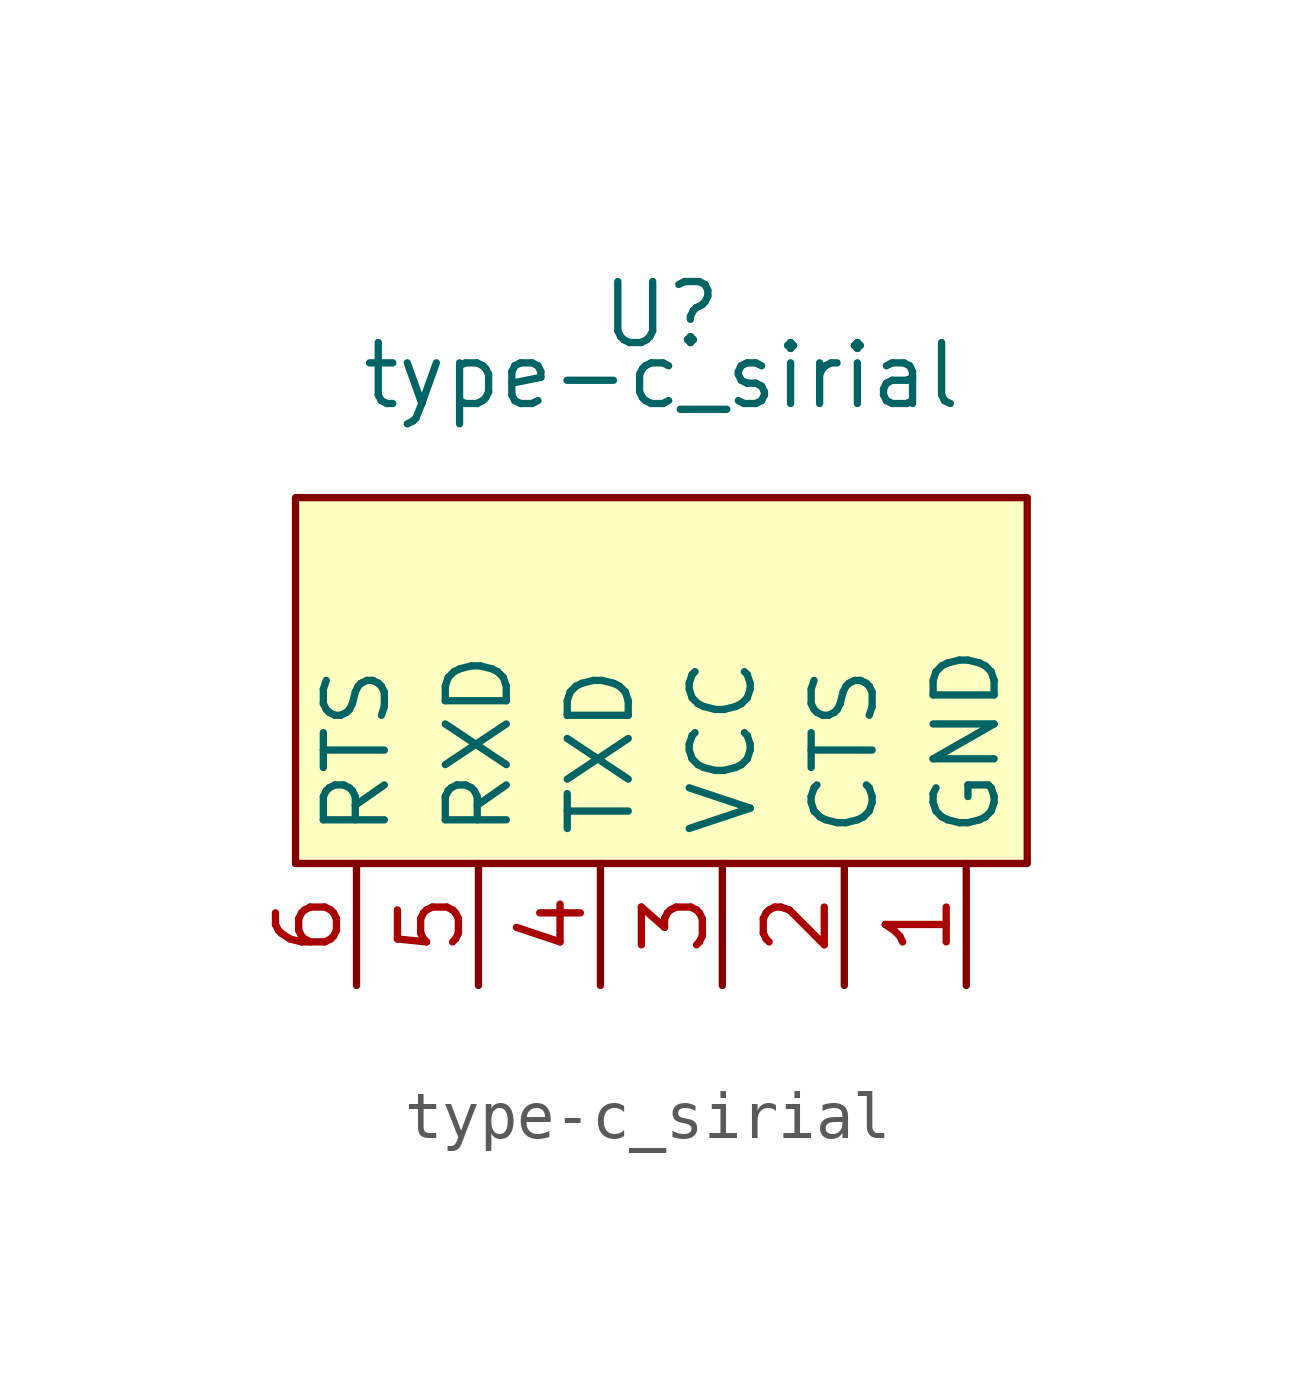
<source format=kicad_sym>
(kicad_symbol_lib
  (version 20211014)
  (generator kicad_symbol_editor)
  (symbol "type-c_sirial"
    (property "Reference" "U"
      (at 0 1.27 0)
      (effects (font (size 1.27 1.27))))
    (property "Value" "type-c_sirial"
      (at 0 0 0)
      (effects (font (size 1.27 1.27))))
    (symbol "type-c_sirial_0_1"
      (rectangle (start -7.62 -2.54) (end 7.62 -10.16) (stroke (width 0) (type default) (color 0 0 0 0)) (fill (type background))))
    (symbol "type-c_sirial_1_1"
      (pin bidirectional line (at 6.35 -12.7 90) (length 2.54) (name "GND" (effects (font (size 1.27 1.27)))) (number "1" (effects (font (size 1.27 1.27)))))
      (pin bidirectional line (at 3.81 -12.7 90) (length 2.54) (name "CTS" (effects (font (size 1.27 1.27)))) (number "2" (effects (font (size 1.27 1.27)))))
      (pin bidirectional line (at 1.27 -12.7 90) (length 2.54) (name "VCC" (effects (font (size 1.27 1.27)))) (number "3" (effects (font (size 1.27 1.27)))))
      (pin bidirectional line (at -1.27 -12.7 90) (length 2.54) (name "TXD" (effects (font (size 1.27 1.27)))) (number "4" (effects (font (size 1.27 1.27)))))
      (pin bidirectional line (at -3.81 -12.7 90) (length 2.54) (name "RXD" (effects (font (size 1.27 1.27)))) (number "5" (effects (font (size 1.27 1.27)))))
      (pin bidirectional line (at -6.35 -12.7 90) (length 2.54) (name "RTS" (effects (font (size 1.27 1.27)))) (number "6" (effects (font (size 1.27 1.27))))))))
</source>
